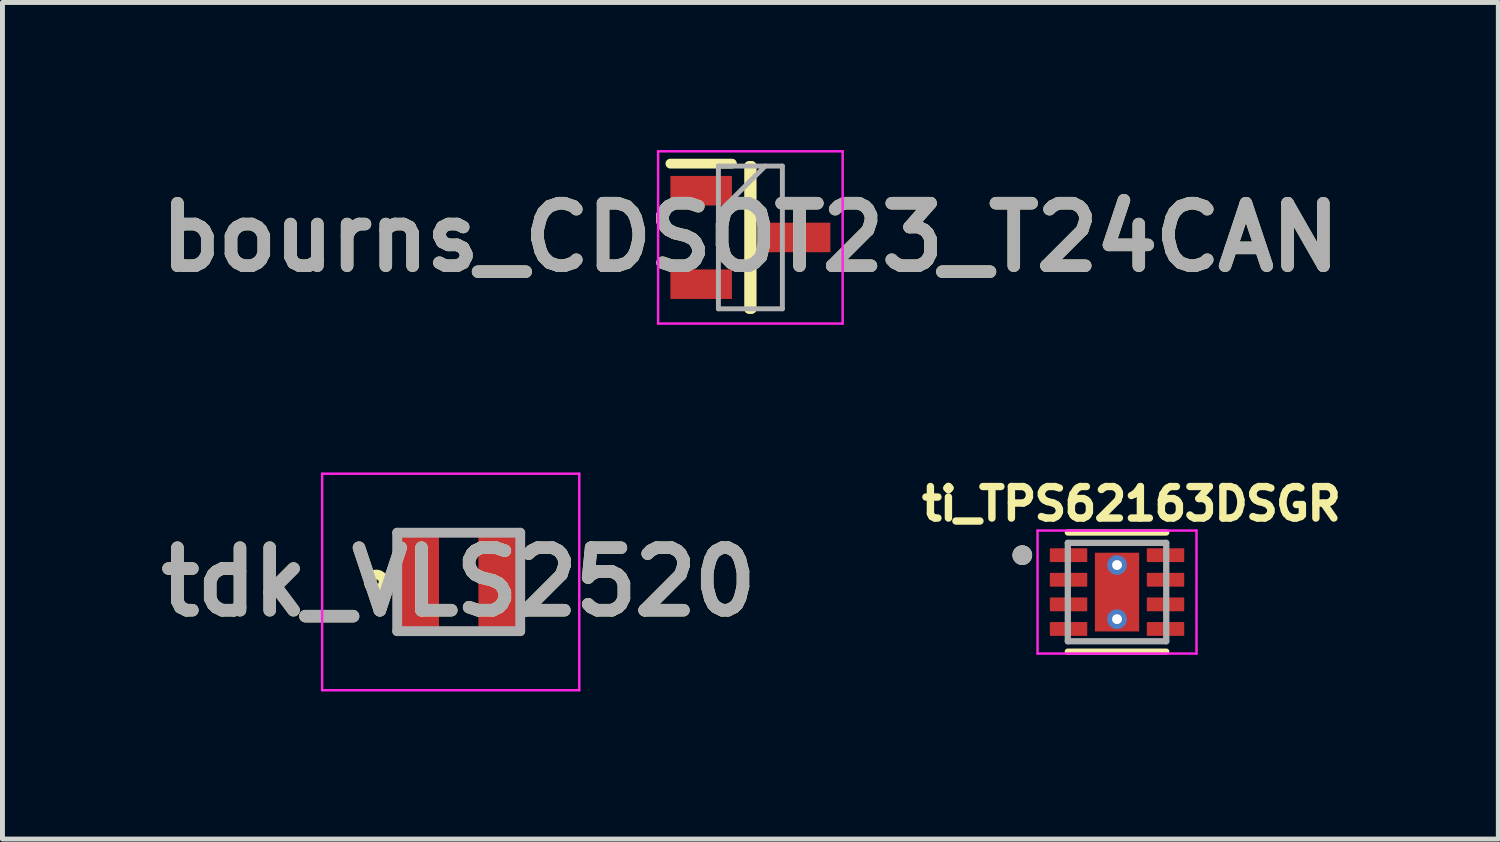
<source format=kicad_pcb>
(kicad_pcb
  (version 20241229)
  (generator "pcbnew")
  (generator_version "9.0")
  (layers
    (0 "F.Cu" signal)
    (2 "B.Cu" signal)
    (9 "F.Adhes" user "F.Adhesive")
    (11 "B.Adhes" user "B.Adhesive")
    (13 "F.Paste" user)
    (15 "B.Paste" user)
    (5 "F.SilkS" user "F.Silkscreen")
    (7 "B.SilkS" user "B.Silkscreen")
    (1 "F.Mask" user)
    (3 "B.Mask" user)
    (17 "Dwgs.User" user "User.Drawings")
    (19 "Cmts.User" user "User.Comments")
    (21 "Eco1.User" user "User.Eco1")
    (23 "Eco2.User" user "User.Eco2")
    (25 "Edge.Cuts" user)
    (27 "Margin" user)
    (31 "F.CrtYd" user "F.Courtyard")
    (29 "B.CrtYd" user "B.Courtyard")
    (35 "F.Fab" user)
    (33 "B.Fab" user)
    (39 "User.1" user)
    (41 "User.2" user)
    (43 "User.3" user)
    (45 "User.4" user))
  (footprint "ti_TPS62163DSGR"
    (layer "F.Cu")
    (at 19.648 8.981)
    (property "Reference" "ti_TPS62163DSGR" (at 0.292 -1.793 0) (layer "F.SilkS") (effects (font (size 0.64 0.64) (thickness 0.15))))
    (attr smd)
    (fp_line (start -1 -1.21) (end 1 -1.21) (stroke (width 0.127) (type solid)) (layer "F.SilkS"))
    (fp_line (start -1 1.21) (end 1 1.21) (stroke (width 0.127) (type solid)) (layer "F.SilkS"))
    (fp_circle (center -1.925 -0.75) (end -1.825 -0.75) (stroke (width 0.2) (type solid)) (fill no) (layer "F.SilkS"))
    (fp_poly (pts (xy -0.284 -0.506) (xy 0.284 -0.506) (xy 0.284 0.506) (xy -0.284 0.506)) (stroke (width 0.01) (type solid)) (fill yes) (layer "F.Paste"))
    (fp_line (start -1.615 -1.25) (end -1.615 1.25) (stroke (width 0.05) (type solid)) (layer "F.CrtYd"))
    (fp_line (start -1.615 -1.25) (end 1.615 -1.25) (stroke (width 0.05) (type solid)) (layer "F.CrtYd"))
    (fp_line (start -1.615 1.25) (end 1.615 1.25) (stroke (width 0.05) (type solid)) (layer "F.CrtYd"))
    (fp_line (start 1.615 -1.25) (end 1.615 1.25) (stroke (width 0.05) (type solid)) (layer "F.CrtYd"))
    (fp_line (start -1 -1) (end -1 1) (stroke (width 0.127) (type solid)) (layer "F.Fab"))
    (fp_line (start -1 -1) (end 1 -1) (stroke (width 0.127) (type solid)) (layer "F.Fab"))
    (fp_line (start -1 1) (end 1 1) (stroke (width 0.127) (type solid)) (layer "F.Fab"))
    (fp_line (start 1 -1) (end 1 1) (stroke (width 0.127) (type solid)) (layer "F.Fab"))
    (fp_circle (center -1.925 -0.75) (end -1.825 -0.75) (stroke (width 0.2) (type solid)) (fill no) (layer "F.Fab"))
    (pad "1" smd roundrect (at -0.985 -0.75) (size 0.76 0.28) (layers "F.Cu" "F.Mask" "F.Paste") (roundrect_rratio 0.04))
    (pad "2" smd roundrect (at -0.985 -0.25) (size 0.76 0.28) (layers "F.Cu" "F.Mask" "F.Paste") (roundrect_rratio 0.04))
    (pad "3" smd roundrect (at -0.985 0.25) (size 0.76 0.28) (layers "F.Cu" "F.Mask" "F.Paste") (roundrect_rratio 0.04))
    (pad "4" smd roundrect (at -0.985 0.75) (size 0.76 0.28) (layers "F.Cu" "F.Mask" "F.Paste") (roundrect_rratio 0.04))
    (pad "5" smd roundrect (at 0.985 0.75) (size 0.76 0.28) (layers "F.Cu" "F.Mask" "F.Paste") (roundrect_rratio 0.04))
    (pad "6" smd roundrect (at 0.985 0.25) (size 0.76 0.28) (layers "F.Cu" "F.Mask" "F.Paste") (roundrect_rratio 0.04))
    (pad "7" smd roundrect (at 0.985 -0.25) (size 0.76 0.28) (layers "F.Cu" "F.Mask" "F.Paste") (roundrect_rratio 0.04))
    (pad "8" smd roundrect (at 0.985 -0.75) (size 0.76 0.28) (layers "F.Cu" "F.Mask" "F.Paste") (roundrect_rratio 0.04))
    (pad "9" smd rect (at 0 0) (size 0.9 1.6) (layers "F.Cu" "F.Mask"))
    (pad "10" thru_hole circle (at 0 -0.55) (size 0.4 0.4) (drill 0.2) (layers "*.Cu"))
    (pad "11" thru_hole circle (at 0 0.55) (size 0.4 0.4) (drill 0.2) (layers "*.Cu")))
  (footprint "tdk_VLS2520"
    (layer "F.Cu")
    (at 6.271 8.775)
    (property "Reference" "tdk_VLS2520" (at 0 0 0) (layer "F.SilkS") (effects (font (size 1.27 1.27) (thickness 0.254))))
    (attr smd)
    (fp_circle (center -1.675 0) (end -1.675 0.05) (stroke (width 0.2) (type solid)) (fill no) (layer "F.SilkS"))
    (fp_line (start -2.775 -2.2) (end 2.45 -2.2) (stroke (width 0.05) (type solid)) (layer "F.CrtYd"))
    (fp_line (start -2.775 2.2) (end -2.775 -2.2) (stroke (width 0.05) (type solid)) (layer "F.CrtYd"))
    (fp_line (start 2.45 -2.2) (end 2.45 2.2) (stroke (width 0.05) (type solid)) (layer "F.CrtYd"))
    (fp_line (start 2.45 2.2) (end -2.775 2.2) (stroke (width 0.05) (type solid)) (layer "F.CrtYd"))
    (fp_line (start -1.25 -1) (end 1.25 -1) (stroke (width 0.2) (type solid)) (layer "F.Fab"))
    (fp_line (start -1.25 1) (end -1.25 -1) (stroke (width 0.2) (type solid)) (layer "F.Fab"))
    (fp_line (start 1.25 -1) (end 1.25 1) (stroke (width 0.2) (type solid)) (layer "F.Fab"))
    (fp_line (start 1.25 1) (end -1.25 1) (stroke (width 0.2) (type solid)) (layer "F.Fab"))
    (fp_text user "${REFERENCE}" (at 0 0 0) (layer "F.Fab") (effects (font (size 1.27 1.27) (thickness 0.254))))
    (pad "1" smd rect (at -0.825 0) (size 0.85 2) (layers "F.Cu" "F.Mask" "F.Paste"))
    (pad "2" smd rect (at 0.825 0) (size 0.85 2) (layers "F.Cu" "F.Mask" "F.Paste")))
  (footprint "bourns_CDSOT23_T24CAN"
    (layer "F.Cu")
    (at 12.198 1.775)
    (property "Reference" "bourns_CDSOT23_T24CAN" (at 0 0 0) (layer "F.SilkS") (effects (font (size 1.27 1.27) (thickness 0.254))))
    (attr smd)
    (fp_line (start -1.625 -1.5) (end -0.375 -1.5) (stroke (width 0.2) (type solid)) (layer "F.SilkS"))
    (fp_line (start -0.025 -1.45) (end 0.025 -1.45) (stroke (width 0.2) (type solid)) (layer "F.SilkS"))
    (fp_line (start -0.025 1.45) (end -0.025 -1.45) (stroke (width 0.2) (type solid)) (layer "F.SilkS"))
    (fp_line (start 0.025 -1.45) (end 0.025 1.45) (stroke (width 0.2) (type solid)) (layer "F.SilkS"))
    (fp_line (start 0.025 1.45) (end -0.025 1.45) (stroke (width 0.2) (type solid)) (layer "F.SilkS"))
    (fp_line (start -1.875 -1.75) (end 1.875 -1.75) (stroke (width 0.05) (type solid)) (layer "F.CrtYd"))
    (fp_line (start -1.875 1.75) (end -1.875 -1.75) (stroke (width 0.05) (type solid)) (layer "F.CrtYd"))
    (fp_line (start 1.875 -1.75) (end 1.875 1.75) (stroke (width 0.05) (type solid)) (layer "F.CrtYd"))
    (fp_line (start 1.875 1.75) (end -1.875 1.75) (stroke (width 0.05) (type solid)) (layer "F.CrtYd"))
    (fp_line (start -0.65 -1.45) (end 0.65 -1.45) (stroke (width 0.1) (type solid)) (layer "F.Fab"))
    (fp_line (start -0.65 -0.5) (end 0.3 -1.45) (stroke (width 0.1) (type solid)) (layer "F.Fab"))
    (fp_line (start -0.65 1.45) (end -0.65 -1.45) (stroke (width 0.1) (type solid)) (layer "F.Fab"))
    (fp_line (start 0.65 -1.45) (end 0.65 1.45) (stroke (width 0.1) (type solid)) (layer "F.Fab"))
    (fp_line (start 0.65 1.45) (end -0.65 1.45) (stroke (width 0.1) (type solid)) (layer "F.Fab"))
    (fp_text user "${REFERENCE}" (at 0 0 0) (layer "F.Fab") (effects (font (size 1.27 1.27) (thickness 0.254))))
    (pad "1" smd rect (at -1 -0.95 90) (size 0.6 1.25) (layers "F.Cu" "F.Mask" "F.Paste"))
    (pad "2" smd rect (at -1 0.95 90) (size 0.6 1.25) (layers "F.Cu" "F.Mask" "F.Paste"))
    (pad "3" smd rect (at 1 0 90) (size 0.6 1.25) (layers "F.Cu" "F.Mask" "F.Paste")))
  (gr_rect
    (start -3 -3)
    (end 27.396 14)
    (stroke (width 0.1) (type default))
    (fill no)
    (layer "Edge.Cuts")))
</source>
